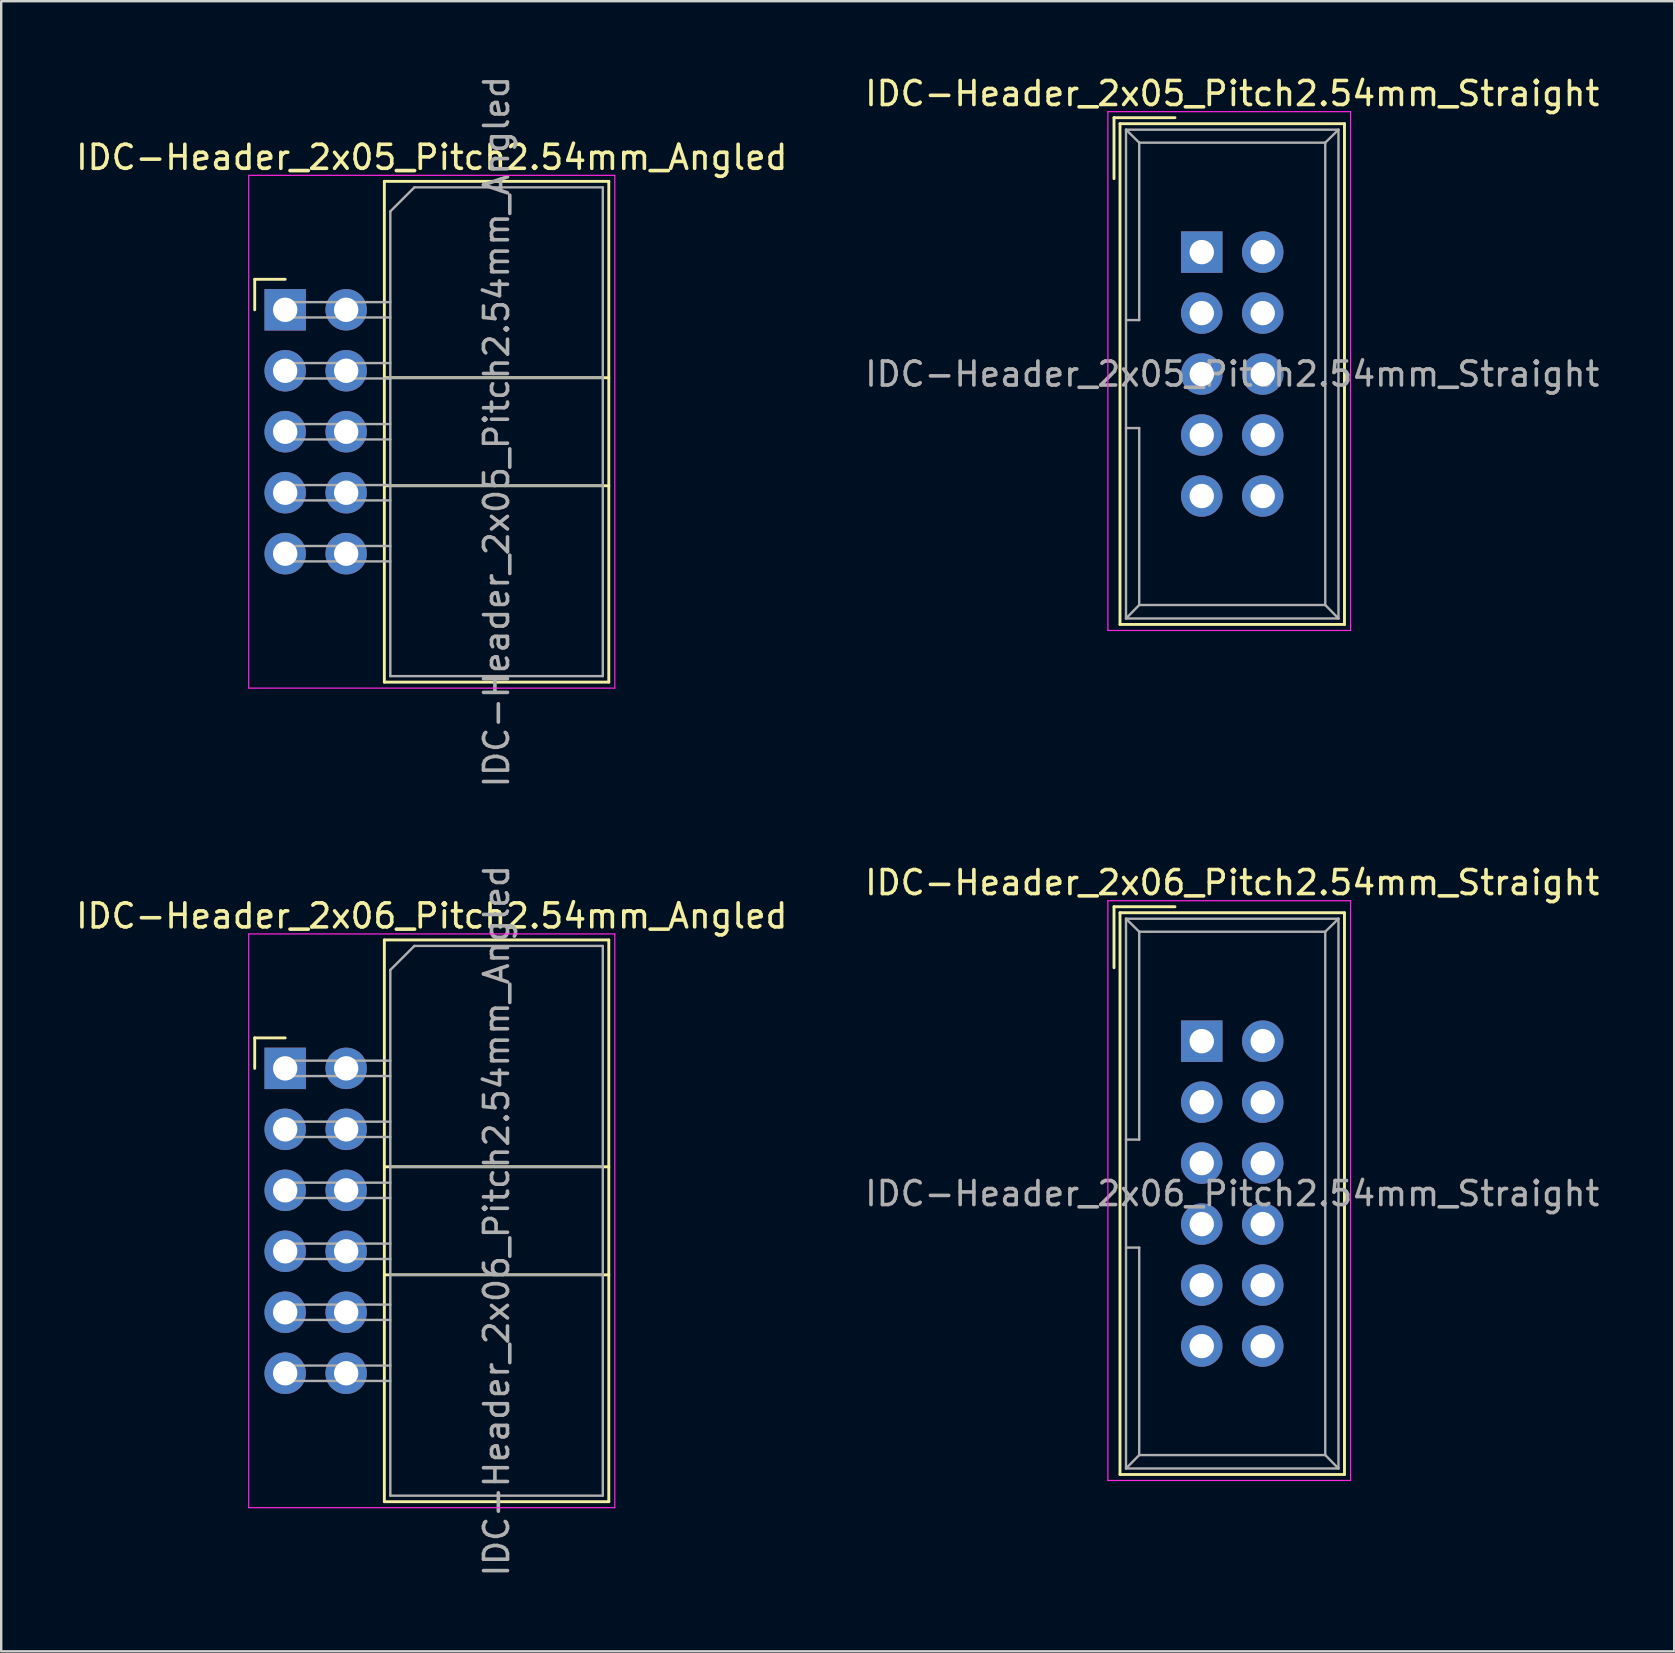
<source format=kicad_pcb>
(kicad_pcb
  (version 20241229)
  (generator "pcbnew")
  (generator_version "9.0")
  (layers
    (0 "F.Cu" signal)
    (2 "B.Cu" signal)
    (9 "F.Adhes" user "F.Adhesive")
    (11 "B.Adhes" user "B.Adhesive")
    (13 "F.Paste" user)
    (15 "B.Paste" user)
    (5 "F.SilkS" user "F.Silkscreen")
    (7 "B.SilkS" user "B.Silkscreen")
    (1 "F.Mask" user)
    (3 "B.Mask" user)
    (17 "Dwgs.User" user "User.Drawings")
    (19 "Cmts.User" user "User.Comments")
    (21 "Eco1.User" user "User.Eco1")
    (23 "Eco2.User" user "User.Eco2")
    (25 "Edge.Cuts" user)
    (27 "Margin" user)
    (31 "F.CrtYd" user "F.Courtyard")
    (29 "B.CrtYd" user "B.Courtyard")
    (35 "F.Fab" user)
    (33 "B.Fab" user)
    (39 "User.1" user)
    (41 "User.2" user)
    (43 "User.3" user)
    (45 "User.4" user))
  (footprint "IDC-Header_2x05_Pitch2.54mm_Straight"
    (layer "F.Cu")
    (at 47.01 7.452)
    (property "Reference" "IDC-Header_2x05_Pitch2.54mm_Straight" (at 1.27 -6.604 0) (layer "F.SilkS") (effects (font (size 1 1) (thickness 0.15))))
    (attr through_hole)
    (fp_line (start -3.655 -5.6) (end -3.655 -3.06) (stroke (width 0.12) (type solid)) (layer "F.SilkS"))
    (fp_line (start -3.655 -5.6) (end -1.115 -5.6) (stroke (width 0.12) (type solid)) (layer "F.SilkS"))
    (fp_line (start -3.405 -5.35) (end 5.945 -5.35) (stroke (width 0.12) (type solid)) (layer "F.SilkS"))
    (fp_line (start -3.405 15.51) (end -3.405 -5.35) (stroke (width 0.12) (type solid)) (layer "F.SilkS"))
    (fp_line (start 5.945 -5.35) (end 5.945 15.51) (stroke (width 0.12) (type solid)) (layer "F.SilkS"))
    (fp_line (start 5.945 15.51) (end -3.405 15.51) (stroke (width 0.12) (type solid)) (layer "F.SilkS"))
    (fp_line (start -3.91 -5.85) (end 6.2 -5.85) (stroke (width 0.05) (type solid)) (layer "F.CrtYd"))
    (fp_line (start -3.91 15.76) (end -3.91 -5.85) (stroke (width 0.05) (type solid)) (layer "F.CrtYd"))
    (fp_line (start 6.2 -5.85) (end 6.2 15.76) (stroke (width 0.05) (type solid)) (layer "F.CrtYd"))
    (fp_line (start 6.2 15.76) (end -3.91 15.76) (stroke (width 0.05) (type solid)) (layer "F.CrtYd"))
    (fp_line (start -3.155 -5.1) (end -3.155 15.26) (stroke (width 0.1) (type solid)) (layer "F.Fab"))
    (fp_line (start -3.155 -5.1) (end -2.605 -4.56) (stroke (width 0.1) (type solid)) (layer "F.Fab"))
    (fp_line (start -3.155 15.26) (end -2.605 14.7) (stroke (width 0.1) (type solid)) (layer "F.Fab"))
    (fp_line (start -2.605 -4.56) (end -2.605 2.83) (stroke (width 0.1) (type solid)) (layer "F.Fab"))
    (fp_line (start -2.605 2.83) (end -3.155 2.83) (stroke (width 0.1) (type solid)) (layer "F.Fab"))
    (fp_line (start -2.605 7.33) (end -3.155 7.33) (stroke (width 0.1) (type solid)) (layer "F.Fab"))
    (fp_line (start -2.605 7.33) (end -2.605 14.7) (stroke (width 0.1) (type solid)) (layer "F.Fab"))
    (fp_line (start 5.145 -4.56) (end -2.605 -4.56) (stroke (width 0.1) (type solid)) (layer "F.Fab"))
    (fp_line (start 5.145 -4.56) (end 5.145 14.7) (stroke (width 0.1) (type solid)) (layer "F.Fab"))
    (fp_line (start 5.145 14.7) (end -2.605 14.7) (stroke (width 0.1) (type solid)) (layer "F.Fab"))
    (fp_line (start 5.695 -5.1) (end -3.155 -5.1) (stroke (width 0.1) (type solid)) (layer "F.Fab"))
    (fp_line (start 5.695 -5.1) (end 5.145 -4.56) (stroke (width 0.1) (type solid)) (layer "F.Fab"))
    (fp_line (start 5.695 -5.1) (end 5.695 15.26) (stroke (width 0.1) (type solid)) (layer "F.Fab"))
    (fp_line (start 5.695 15.26) (end -3.155 15.26) (stroke (width 0.1) (type solid)) (layer "F.Fab"))
    (fp_line (start 5.695 15.26) (end 5.145 14.7) (stroke (width 0.1) (type solid)) (layer "F.Fab"))
    (fp_text user "${REFERENCE}" (at 1.27 5.08 0) (layer "F.Fab") (effects (font (size 1 1) (thickness 0.15))))
    (pad "1" thru_hole rect (at 0 0) (size 1.727 1.727) (drill 1.016) (layers "*.Cu" "*.Mask"))
    (pad "2" thru_hole oval (at 2.54 0) (size 1.727 1.727) (drill 1.016) (layers "*.Cu" "*.Mask"))
    (pad "3" thru_hole oval (at 0 2.54) (size 1.727 1.727) (drill 1.016) (layers "*.Cu" "*.Mask"))
    (pad "4" thru_hole oval (at 2.54 2.54) (size 1.727 1.727) (drill 1.016) (layers "*.Cu" "*.Mask"))
    (pad "5" thru_hole oval (at 0 5.08) (size 1.727 1.727) (drill 1.016) (layers "*.Cu" "*.Mask"))
    (pad "6" thru_hole oval (at 2.54 5.08) (size 1.727 1.727) (drill 1.016) (layers "*.Cu" "*.Mask"))
    (pad "7" thru_hole oval (at 0 7.62) (size 1.727 1.727) (drill 1.016) (layers "*.Cu" "*.Mask"))
    (pad "8" thru_hole oval (at 2.54 7.62) (size 1.727 1.727) (drill 1.016) (layers "*.Cu" "*.Mask"))
    (pad "9" thru_hole oval (at 0 10.16) (size 1.727 1.727) (drill 1.016) (layers "*.Cu" "*.Mask"))
    (pad "10" thru_hole oval (at 2.54 10.16) (size 1.727 1.727) (drill 1.016) (layers "*.Cu" "*.Mask")))
  (footprint "IDC-Header_2x06_Pitch2.54mm_Straight"
    (layer "F.Cu")
    (at 47.01 40.321)
    (property "Reference" "IDC-Header_2x06_Pitch2.54mm_Straight" (at 1.27 -6.604 0) (layer "F.SilkS") (effects (font (size 1 1) (thickness 0.15))))
    (attr through_hole)
    (fp_line (start -3.655 -5.6) (end -3.655 -3.06) (stroke (width 0.12) (type solid)) (layer "F.SilkS"))
    (fp_line (start -3.655 -5.6) (end -1.115 -5.6) (stroke (width 0.12) (type solid)) (layer "F.SilkS"))
    (fp_line (start -3.405 -5.35) (end 5.945 -5.35) (stroke (width 0.12) (type solid)) (layer "F.SilkS"))
    (fp_line (start -3.405 18.05) (end -3.405 -5.35) (stroke (width 0.12) (type solid)) (layer "F.SilkS"))
    (fp_line (start 5.945 -5.35) (end 5.945 18.05) (stroke (width 0.12) (type solid)) (layer "F.SilkS"))
    (fp_line (start 5.945 18.05) (end -3.405 18.05) (stroke (width 0.12) (type solid)) (layer "F.SilkS"))
    (fp_line (start -3.91 -5.85) (end 6.2 -5.85) (stroke (width 0.05) (type solid)) (layer "F.CrtYd"))
    (fp_line (start -3.91 18.3) (end -3.91 -5.85) (stroke (width 0.05) (type solid)) (layer "F.CrtYd"))
    (fp_line (start 6.2 -5.85) (end 6.2 18.3) (stroke (width 0.05) (type solid)) (layer "F.CrtYd"))
    (fp_line (start 6.2 18.3) (end -3.91 18.3) (stroke (width 0.05) (type solid)) (layer "F.CrtYd"))
    (fp_line (start -3.155 -5.1) (end -3.155 17.8) (stroke (width 0.1) (type solid)) (layer "F.Fab"))
    (fp_line (start -3.155 -5.1) (end -2.605 -4.56) (stroke (width 0.1) (type solid)) (layer "F.Fab"))
    (fp_line (start -3.155 17.8) (end -2.605 17.24) (stroke (width 0.1) (type solid)) (layer "F.Fab"))
    (fp_line (start -2.605 -4.56) (end -2.605 4.1) (stroke (width 0.1) (type solid)) (layer "F.Fab"))
    (fp_line (start -2.605 4.1) (end -3.155 4.1) (stroke (width 0.1) (type solid)) (layer "F.Fab"))
    (fp_line (start -2.605 8.6) (end -3.155 8.6) (stroke (width 0.1) (type solid)) (layer "F.Fab"))
    (fp_line (start -2.605 8.6) (end -2.605 17.24) (stroke (width 0.1) (type solid)) (layer "F.Fab"))
    (fp_line (start 5.145 -4.56) (end -2.605 -4.56) (stroke (width 0.1) (type solid)) (layer "F.Fab"))
    (fp_line (start 5.145 -4.56) (end 5.145 17.24) (stroke (width 0.1) (type solid)) (layer "F.Fab"))
    (fp_line (start 5.145 17.24) (end -2.605 17.24) (stroke (width 0.1) (type solid)) (layer "F.Fab"))
    (fp_line (start 5.695 -5.1) (end -3.155 -5.1) (stroke (width 0.1) (type solid)) (layer "F.Fab"))
    (fp_line (start 5.695 -5.1) (end 5.145 -4.56) (stroke (width 0.1) (type solid)) (layer "F.Fab"))
    (fp_line (start 5.695 -5.1) (end 5.695 17.8) (stroke (width 0.1) (type solid)) (layer "F.Fab"))
    (fp_line (start 5.695 17.8) (end -3.155 17.8) (stroke (width 0.1) (type solid)) (layer "F.Fab"))
    (fp_line (start 5.695 17.8) (end 5.145 17.24) (stroke (width 0.1) (type solid)) (layer "F.Fab"))
    (fp_text user "${REFERENCE}" (at 1.27 6.35 0) (layer "F.Fab") (effects (font (size 1 1) (thickness 0.15))))
    (pad "1" thru_hole rect (at 0 0) (size 1.727 1.727) (drill 1.016) (layers "*.Cu" "*.Mask"))
    (pad "2" thru_hole oval (at 2.54 0) (size 1.727 1.727) (drill 1.016) (layers "*.Cu" "*.Mask"))
    (pad "3" thru_hole oval (at 0 2.54) (size 1.727 1.727) (drill 1.016) (layers "*.Cu" "*.Mask"))
    (pad "4" thru_hole oval (at 2.54 2.54) (size 1.727 1.727) (drill 1.016) (layers "*.Cu" "*.Mask"))
    (pad "5" thru_hole oval (at 0 5.08) (size 1.727 1.727) (drill 1.016) (layers "*.Cu" "*.Mask"))
    (pad "6" thru_hole oval (at 2.54 5.08) (size 1.727 1.727) (drill 1.016) (layers "*.Cu" "*.Mask"))
    (pad "7" thru_hole oval (at 0 7.62) (size 1.727 1.727) (drill 1.016) (layers "*.Cu" "*.Mask"))
    (pad "8" thru_hole oval (at 2.54 7.62) (size 1.727 1.727) (drill 1.016) (layers "*.Cu" "*.Mask"))
    (pad "9" thru_hole oval (at 0 10.16) (size 1.727 1.727) (drill 1.016) (layers "*.Cu" "*.Mask"))
    (pad "10" thru_hole oval (at 2.54 10.16) (size 1.727 1.727) (drill 1.016) (layers "*.Cu" "*.Mask"))
    (pad "11" thru_hole oval (at 0 12.7) (size 1.727 1.727) (drill 1.016) (layers "*.Cu" "*.Mask"))
    (pad "12" thru_hole oval (at 2.54 12.7) (size 1.727 1.727) (drill 1.016) (layers "*.Cu" "*.Mask")))
  (footprint "IDC-Header_2x05_Pitch2.54mm_Angled"
    (layer "F.Cu")
    (at 8.83 9.855)
    (property "Reference" "IDC-Header_2x05_Pitch2.54mm_Angled" (at 6.105 -6.35 0) (layer "F.SilkS") (effects (font (size 1 1) (thickness 0.15))))
    (attr through_hole)
    (fp_line (start -1.27 -1.27) (end -1.27 0) (stroke (width 0.12) (type solid)) (layer "F.SilkS"))
    (fp_line (start 0 -1.27) (end -1.27 -1.27) (stroke (width 0.12) (type solid)) (layer "F.SilkS"))
    (fp_line (start 4.13 -5.35) (end 13.48 -5.35) (stroke (width 0.12) (type solid)) (layer "F.SilkS"))
    (fp_line (start 4.13 2.83) (end 13.48 2.83) (stroke (width 0.12) (type solid)) (layer "F.SilkS"))
    (fp_line (start 4.13 7.33) (end 13.48 7.33) (stroke (width 0.12) (type solid)) (layer "F.SilkS"))
    (fp_line (start 4.13 15.51) (end 4.13 -5.35) (stroke (width 0.12) (type solid)) (layer "F.SilkS"))
    (fp_line (start 4.13 15.51) (end 13.48 15.51) (stroke (width 0.12) (type solid)) (layer "F.SilkS"))
    (fp_line (start 13.48 -5.35) (end 13.48 15.51) (stroke (width 0.12) (type solid)) (layer "F.SilkS"))
    (fp_line (start -1.52 -5.6) (end 13.73 -5.6) (stroke (width 0.05) (type solid)) (layer "F.CrtYd"))
    (fp_line (start -1.52 15.76) (end -1.52 -5.6) (stroke (width 0.05) (type solid)) (layer "F.CrtYd"))
    (fp_line (start 13.73 -5.6) (end 13.73 15.76) (stroke (width 0.05) (type solid)) (layer "F.CrtYd"))
    (fp_line (start 13.73 15.76) (end -1.52 15.76) (stroke (width 0.05) (type solid)) (layer "F.CrtYd"))
    (fp_line (start -0.32 -0.32) (end -0.32 0.32) (stroke (width 0.1) (type solid)) (layer "F.Fab"))
    (fp_line (start -0.32 0.32) (end 4.38 0.32) (stroke (width 0.1) (type solid)) (layer "F.Fab"))
    (fp_line (start -0.32 2.22) (end -0.32 2.86) (stroke (width 0.1) (type solid)) (layer "F.Fab"))
    (fp_line (start -0.32 2.86) (end 4.38 2.86) (stroke (width 0.1) (type solid)) (layer "F.Fab"))
    (fp_line (start -0.32 4.76) (end -0.32 5.4) (stroke (width 0.1) (type solid)) (layer "F.Fab"))
    (fp_line (start -0.32 5.4) (end 4.38 5.4) (stroke (width 0.1) (type solid)) (layer "F.Fab"))
    (fp_line (start -0.32 7.3) (end -0.32 7.94) (stroke (width 0.1) (type solid)) (layer "F.Fab"))
    (fp_line (start -0.32 7.94) (end 4.38 7.94) (stroke (width 0.1) (type solid)) (layer "F.Fab"))
    (fp_line (start -0.32 9.84) (end -0.32 10.48) (stroke (width 0.1) (type solid)) (layer "F.Fab"))
    (fp_line (start -0.32 10.48) (end 4.38 10.48) (stroke (width 0.1) (type solid)) (layer "F.Fab"))
    (fp_line (start 4.38 -4.1) (end 5.38 -5.1) (stroke (width 0.1) (type solid)) (layer "F.Fab"))
    (fp_line (start 4.38 -0.32) (end -0.32 -0.32) (stroke (width 0.1) (type solid)) (layer "F.Fab"))
    (fp_line (start 4.38 2.22) (end -0.32 2.22) (stroke (width 0.1) (type solid)) (layer "F.Fab"))
    (fp_line (start 4.38 2.83) (end 13.23 2.83) (stroke (width 0.1) (type solid)) (layer "F.Fab"))
    (fp_line (start 4.38 4.76) (end -0.32 4.76) (stroke (width 0.1) (type solid)) (layer "F.Fab"))
    (fp_line (start 4.38 7.3) (end -0.32 7.3) (stroke (width 0.1) (type solid)) (layer "F.Fab"))
    (fp_line (start 4.38 7.33) (end 13.23 7.33) (stroke (width 0.1) (type solid)) (layer "F.Fab"))
    (fp_line (start 4.38 9.84) (end -0.32 9.84) (stroke (width 0.1) (type solid)) (layer "F.Fab"))
    (fp_line (start 4.38 15.26) (end 4.38 -4.1) (stroke (width 0.1) (type solid)) (layer "F.Fab"))
    (fp_line (start 4.38 15.26) (end 13.23 15.26) (stroke (width 0.1) (type solid)) (layer "F.Fab"))
    (fp_line (start 5.38 -5.1) (end 13.23 -5.1) (stroke (width 0.1) (type solid)) (layer "F.Fab"))
    (fp_line (start 13.23 15.26) (end 13.23 -5.1) (stroke (width 0.1) (type solid)) (layer "F.Fab"))
    (fp_text user "${REFERENCE}" (at 8.805 5.08 90) (layer "F.Fab") (effects (font (size 1 1) (thickness 0.15))))
    (pad "1" thru_hole rect (at 0 0) (size 1.727 1.727) (drill 1.016) (layers "*.Cu" "*.Mask"))
    (pad "2" thru_hole oval (at 2.54 0) (size 1.727 1.727) (drill 1.016) (layers "*.Cu" "*.Mask"))
    (pad "3" thru_hole oval (at 0 2.54) (size 1.727 1.727) (drill 1.016) (layers "*.Cu" "*.Mask"))
    (pad "4" thru_hole oval (at 2.54 2.54) (size 1.727 1.727) (drill 1.016) (layers "*.Cu" "*.Mask"))
    (pad "5" thru_hole oval (at 0 5.08) (size 1.727 1.727) (drill 1.016) (layers "*.Cu" "*.Mask"))
    (pad "6" thru_hole oval (at 2.54 5.08) (size 1.727 1.727) (drill 1.016) (layers "*.Cu" "*.Mask"))
    (pad "7" thru_hole oval (at 0 7.62) (size 1.727 1.727) (drill 1.016) (layers "*.Cu" "*.Mask"))
    (pad "8" thru_hole oval (at 2.54 7.62) (size 1.727 1.727) (drill 1.016) (layers "*.Cu" "*.Mask"))
    (pad "9" thru_hole oval (at 0 10.16) (size 1.727 1.727) (drill 1.016) (layers "*.Cu" "*.Mask"))
    (pad "10" thru_hole oval (at 2.54 10.16) (size 1.727 1.727) (drill 1.016) (layers "*.Cu" "*.Mask")))
  (footprint "IDC-Header_2x06_Pitch2.54mm_Angled"
    (layer "F.Cu")
    (at 8.83 41.454)
    (property "Reference" "IDC-Header_2x06_Pitch2.54mm_Angled" (at 6.105 -6.35 0) (layer "F.SilkS") (effects (font (size 1 1) (thickness 0.15))))
    (attr through_hole)
    (fp_line (start -1.27 -1.27) (end -1.27 0) (stroke (width 0.12) (type solid)) (layer "F.SilkS"))
    (fp_line (start 0 -1.27) (end -1.27 -1.27) (stroke (width 0.12) (type solid)) (layer "F.SilkS"))
    (fp_line (start 4.13 -5.35) (end 13.48 -5.35) (stroke (width 0.12) (type solid)) (layer "F.SilkS"))
    (fp_line (start 4.13 4.1) (end 13.48 4.1) (stroke (width 0.12) (type solid)) (layer "F.SilkS"))
    (fp_line (start 4.13 8.6) (end 13.48 8.6) (stroke (width 0.12) (type solid)) (layer "F.SilkS"))
    (fp_line (start 4.13 18.05) (end 4.13 -5.35) (stroke (width 0.12) (type solid)) (layer "F.SilkS"))
    (fp_line (start 4.13 18.05) (end 13.48 18.05) (stroke (width 0.12) (type solid)) (layer "F.SilkS"))
    (fp_line (start 13.48 -5.35) (end 13.48 18.05) (stroke (width 0.12) (type solid)) (layer "F.SilkS"))
    (fp_line (start -1.52 -5.6) (end 13.73 -5.6) (stroke (width 0.05) (type solid)) (layer "F.CrtYd"))
    (fp_line (start -1.52 18.3) (end -1.52 -5.6) (stroke (width 0.05) (type solid)) (layer "F.CrtYd"))
    (fp_line (start 13.73 -5.6) (end 13.73 18.3) (stroke (width 0.05) (type solid)) (layer "F.CrtYd"))
    (fp_line (start 13.73 18.3) (end -1.52 18.3) (stroke (width 0.05) (type solid)) (layer "F.CrtYd"))
    (fp_line (start -0.32 -0.32) (end -0.32 0.32) (stroke (width 0.1) (type solid)) (layer "F.Fab"))
    (fp_line (start -0.32 0.32) (end 4.38 0.32) (stroke (width 0.1) (type solid)) (layer "F.Fab"))
    (fp_line (start -0.32 2.22) (end -0.32 2.86) (stroke (width 0.1) (type solid)) (layer "F.Fab"))
    (fp_line (start -0.32 2.86) (end 4.38 2.86) (stroke (width 0.1) (type solid)) (layer "F.Fab"))
    (fp_line (start -0.32 4.76) (end -0.32 5.4) (stroke (width 0.1) (type solid)) (layer "F.Fab"))
    (fp_line (start -0.32 5.4) (end 4.38 5.4) (stroke (width 0.1) (type solid)) (layer "F.Fab"))
    (fp_line (start -0.32 7.3) (end -0.32 7.94) (stroke (width 0.1) (type solid)) (layer "F.Fab"))
    (fp_line (start -0.32 7.94) (end 4.38 7.94) (stroke (width 0.1) (type solid)) (layer "F.Fab"))
    (fp_line (start -0.32 9.84) (end -0.32 10.48) (stroke (width 0.1) (type solid)) (layer "F.Fab"))
    (fp_line (start -0.32 10.48) (end 4.38 10.48) (stroke (width 0.1) (type solid)) (layer "F.Fab"))
    (fp_line (start -0.32 12.38) (end -0.32 13.02) (stroke (width 0.1) (type solid)) (layer "F.Fab"))
    (fp_line (start -0.32 13.02) (end 4.38 13.02) (stroke (width 0.1) (type solid)) (layer "F.Fab"))
    (fp_line (start 4.38 -4.1) (end 5.38 -5.1) (stroke (width 0.1) (type solid)) (layer "F.Fab"))
    (fp_line (start 4.38 -0.32) (end -0.32 -0.32) (stroke (width 0.1) (type solid)) (layer "F.Fab"))
    (fp_line (start 4.38 2.22) (end -0.32 2.22) (stroke (width 0.1) (type solid)) (layer "F.Fab"))
    (fp_line (start 4.38 4.1) (end 13.23 4.1) (stroke (width 0.1) (type solid)) (layer "F.Fab"))
    (fp_line (start 4.38 4.76) (end -0.32 4.76) (stroke (width 0.1) (type solid)) (layer "F.Fab"))
    (fp_line (start 4.38 7.3) (end -0.32 7.3) (stroke (width 0.1) (type solid)) (layer "F.Fab"))
    (fp_line (start 4.38 8.6) (end 13.23 8.6) (stroke (width 0.1) (type solid)) (layer "F.Fab"))
    (fp_line (start 4.38 9.84) (end -0.32 9.84) (stroke (width 0.1) (type solid)) (layer "F.Fab"))
    (fp_line (start 4.38 12.38) (end -0.32 12.38) (stroke (width 0.1) (type solid)) (layer "F.Fab"))
    (fp_line (start 4.38 17.8) (end 4.38 -4.1) (stroke (width 0.1) (type solid)) (layer "F.Fab"))
    (fp_line (start 4.38 17.8) (end 13.23 17.8) (stroke (width 0.1) (type solid)) (layer "F.Fab"))
    (fp_line (start 5.38 -5.1) (end 13.23 -5.1) (stroke (width 0.1) (type solid)) (layer "F.Fab"))
    (fp_line (start 13.23 17.8) (end 13.23 -5.1) (stroke (width 0.1) (type solid)) (layer "F.Fab"))
    (fp_text user "${REFERENCE}" (at 8.805 6.35 90) (layer "F.Fab") (effects (font (size 1 1) (thickness 0.15))))
    (pad "1" thru_hole rect (at 0 0) (size 1.727 1.727) (drill 1.016) (layers "*.Cu" "*.Mask"))
    (pad "2" thru_hole oval (at 2.54 0) (size 1.727 1.727) (drill 1.016) (layers "*.Cu" "*.Mask"))
    (pad "3" thru_hole oval (at 0 2.54) (size 1.727 1.727) (drill 1.016) (layers "*.Cu" "*.Mask"))
    (pad "4" thru_hole oval (at 2.54 2.54) (size 1.727 1.727) (drill 1.016) (layers "*.Cu" "*.Mask"))
    (pad "5" thru_hole oval (at 0 5.08) (size 1.727 1.727) (drill 1.016) (layers "*.Cu" "*.Mask"))
    (pad "6" thru_hole oval (at 2.54 5.08) (size 1.727 1.727) (drill 1.016) (layers "*.Cu" "*.Mask"))
    (pad "7" thru_hole oval (at 0 7.62) (size 1.727 1.727) (drill 1.016) (layers "*.Cu" "*.Mask"))
    (pad "8" thru_hole oval (at 2.54 7.62) (size 1.727 1.727) (drill 1.016) (layers "*.Cu" "*.Mask"))
    (pad "9" thru_hole oval (at 0 10.16) (size 1.727 1.727) (drill 1.016) (layers "*.Cu" "*.Mask"))
    (pad "10" thru_hole oval (at 2.54 10.16) (size 1.727 1.727) (drill 1.016) (layers "*.Cu" "*.Mask"))
    (pad "11" thru_hole oval (at 0 12.7) (size 1.727 1.727) (drill 1.016) (layers "*.Cu" "*.Mask"))
    (pad "12" thru_hole oval (at 2.54 12.7) (size 1.727 1.727) (drill 1.016) (layers "*.Cu" "*.Mask")))
  (gr_rect
    (start -3 -3)
    (end 66.69 65.738)
    (stroke (width 0.1) (type default))
    (fill no)
    (layer "Edge.Cuts")))
</source>
